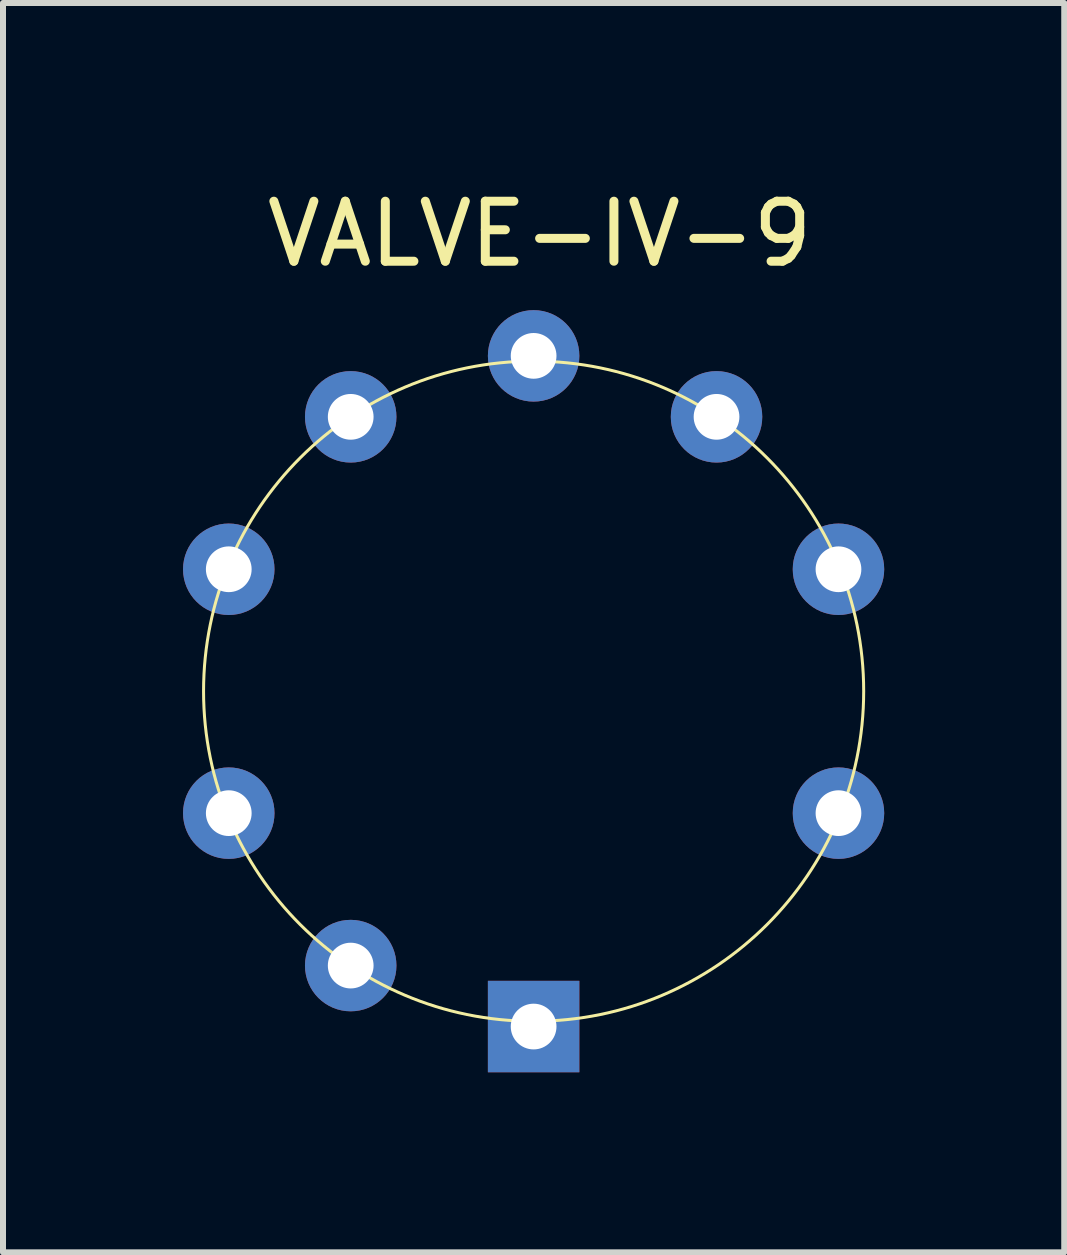
<source format=kicad_pcb>
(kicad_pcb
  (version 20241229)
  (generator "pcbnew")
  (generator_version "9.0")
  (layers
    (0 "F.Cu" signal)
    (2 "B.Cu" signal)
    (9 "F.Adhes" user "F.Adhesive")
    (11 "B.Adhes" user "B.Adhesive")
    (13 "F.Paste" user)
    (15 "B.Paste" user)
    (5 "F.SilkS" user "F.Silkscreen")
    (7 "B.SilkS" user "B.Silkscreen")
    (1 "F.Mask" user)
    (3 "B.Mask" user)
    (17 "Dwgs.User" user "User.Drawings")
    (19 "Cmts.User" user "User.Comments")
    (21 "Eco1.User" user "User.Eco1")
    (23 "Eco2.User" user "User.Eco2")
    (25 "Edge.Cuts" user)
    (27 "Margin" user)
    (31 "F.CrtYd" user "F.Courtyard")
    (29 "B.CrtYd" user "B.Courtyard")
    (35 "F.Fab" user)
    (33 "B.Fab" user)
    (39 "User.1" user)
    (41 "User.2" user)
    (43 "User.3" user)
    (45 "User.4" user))
  (footprint "VALVE-IV-9"
    (layer "F.Cu")
    (at 5.842 8.468)
    (property "Reference" "VALVE-IV-9" (at 0.1 -7.62 0) (layer "F.SilkS") (effects (font (size 1 1) (thickness 0.15))))
    (attr through_hole)
    (fp_circle (center 0 0) (end 5.5 0) (stroke (width 0.05) (type solid)) (fill no) (layer "F.SilkS"))
    (pad "1" thru_hole rect (at 0 5.588) (size 1.524 1.524) (drill 0.762) (layers "*.Cu" "*.Mask"))
    (pad "2" thru_hole circle (at -3.048 4.572) (size 1.524 1.524) (drill 0.762) (layers "*.Cu" "*.Mask"))
    (pad "3" thru_hole circle (at -5.08 2.032) (size 1.524 1.524) (drill 0.762) (layers "*.Cu" "*.Mask"))
    (pad "4" thru_hole circle (at -5.08 -2.032) (size 1.524 1.524) (drill 0.762) (layers "*.Cu" "*.Mask"))
    (pad "5" thru_hole circle (at -3.048 -4.572) (size 1.524 1.524) (drill 0.762) (layers "*.Cu" "*.Mask"))
    (pad "6" thru_hole circle (at 0 -5.588) (size 1.524 1.524) (drill 0.762) (layers "*.Cu" "*.Mask"))
    (pad "7" thru_hole circle (at 3.048 -4.572) (size 1.524 1.524) (drill 0.762) (layers "*.Cu" "*.Mask"))
    (pad "8" thru_hole circle (at 5.08 -2.032) (size 1.524 1.524) (drill 0.762) (layers "*.Cu" "*.Mask"))
    (pad "9" thru_hole circle (at 5.08 2.032) (size 1.524 1.524) (drill 0.762) (layers "*.Cu" "*.Mask")))
  (gr_rect
    (start -3 -3)
    (end 14.684 17.818)
    (stroke (width 0.1) (type default))
    (fill no)
    (layer "Edge.Cuts")))
</source>
